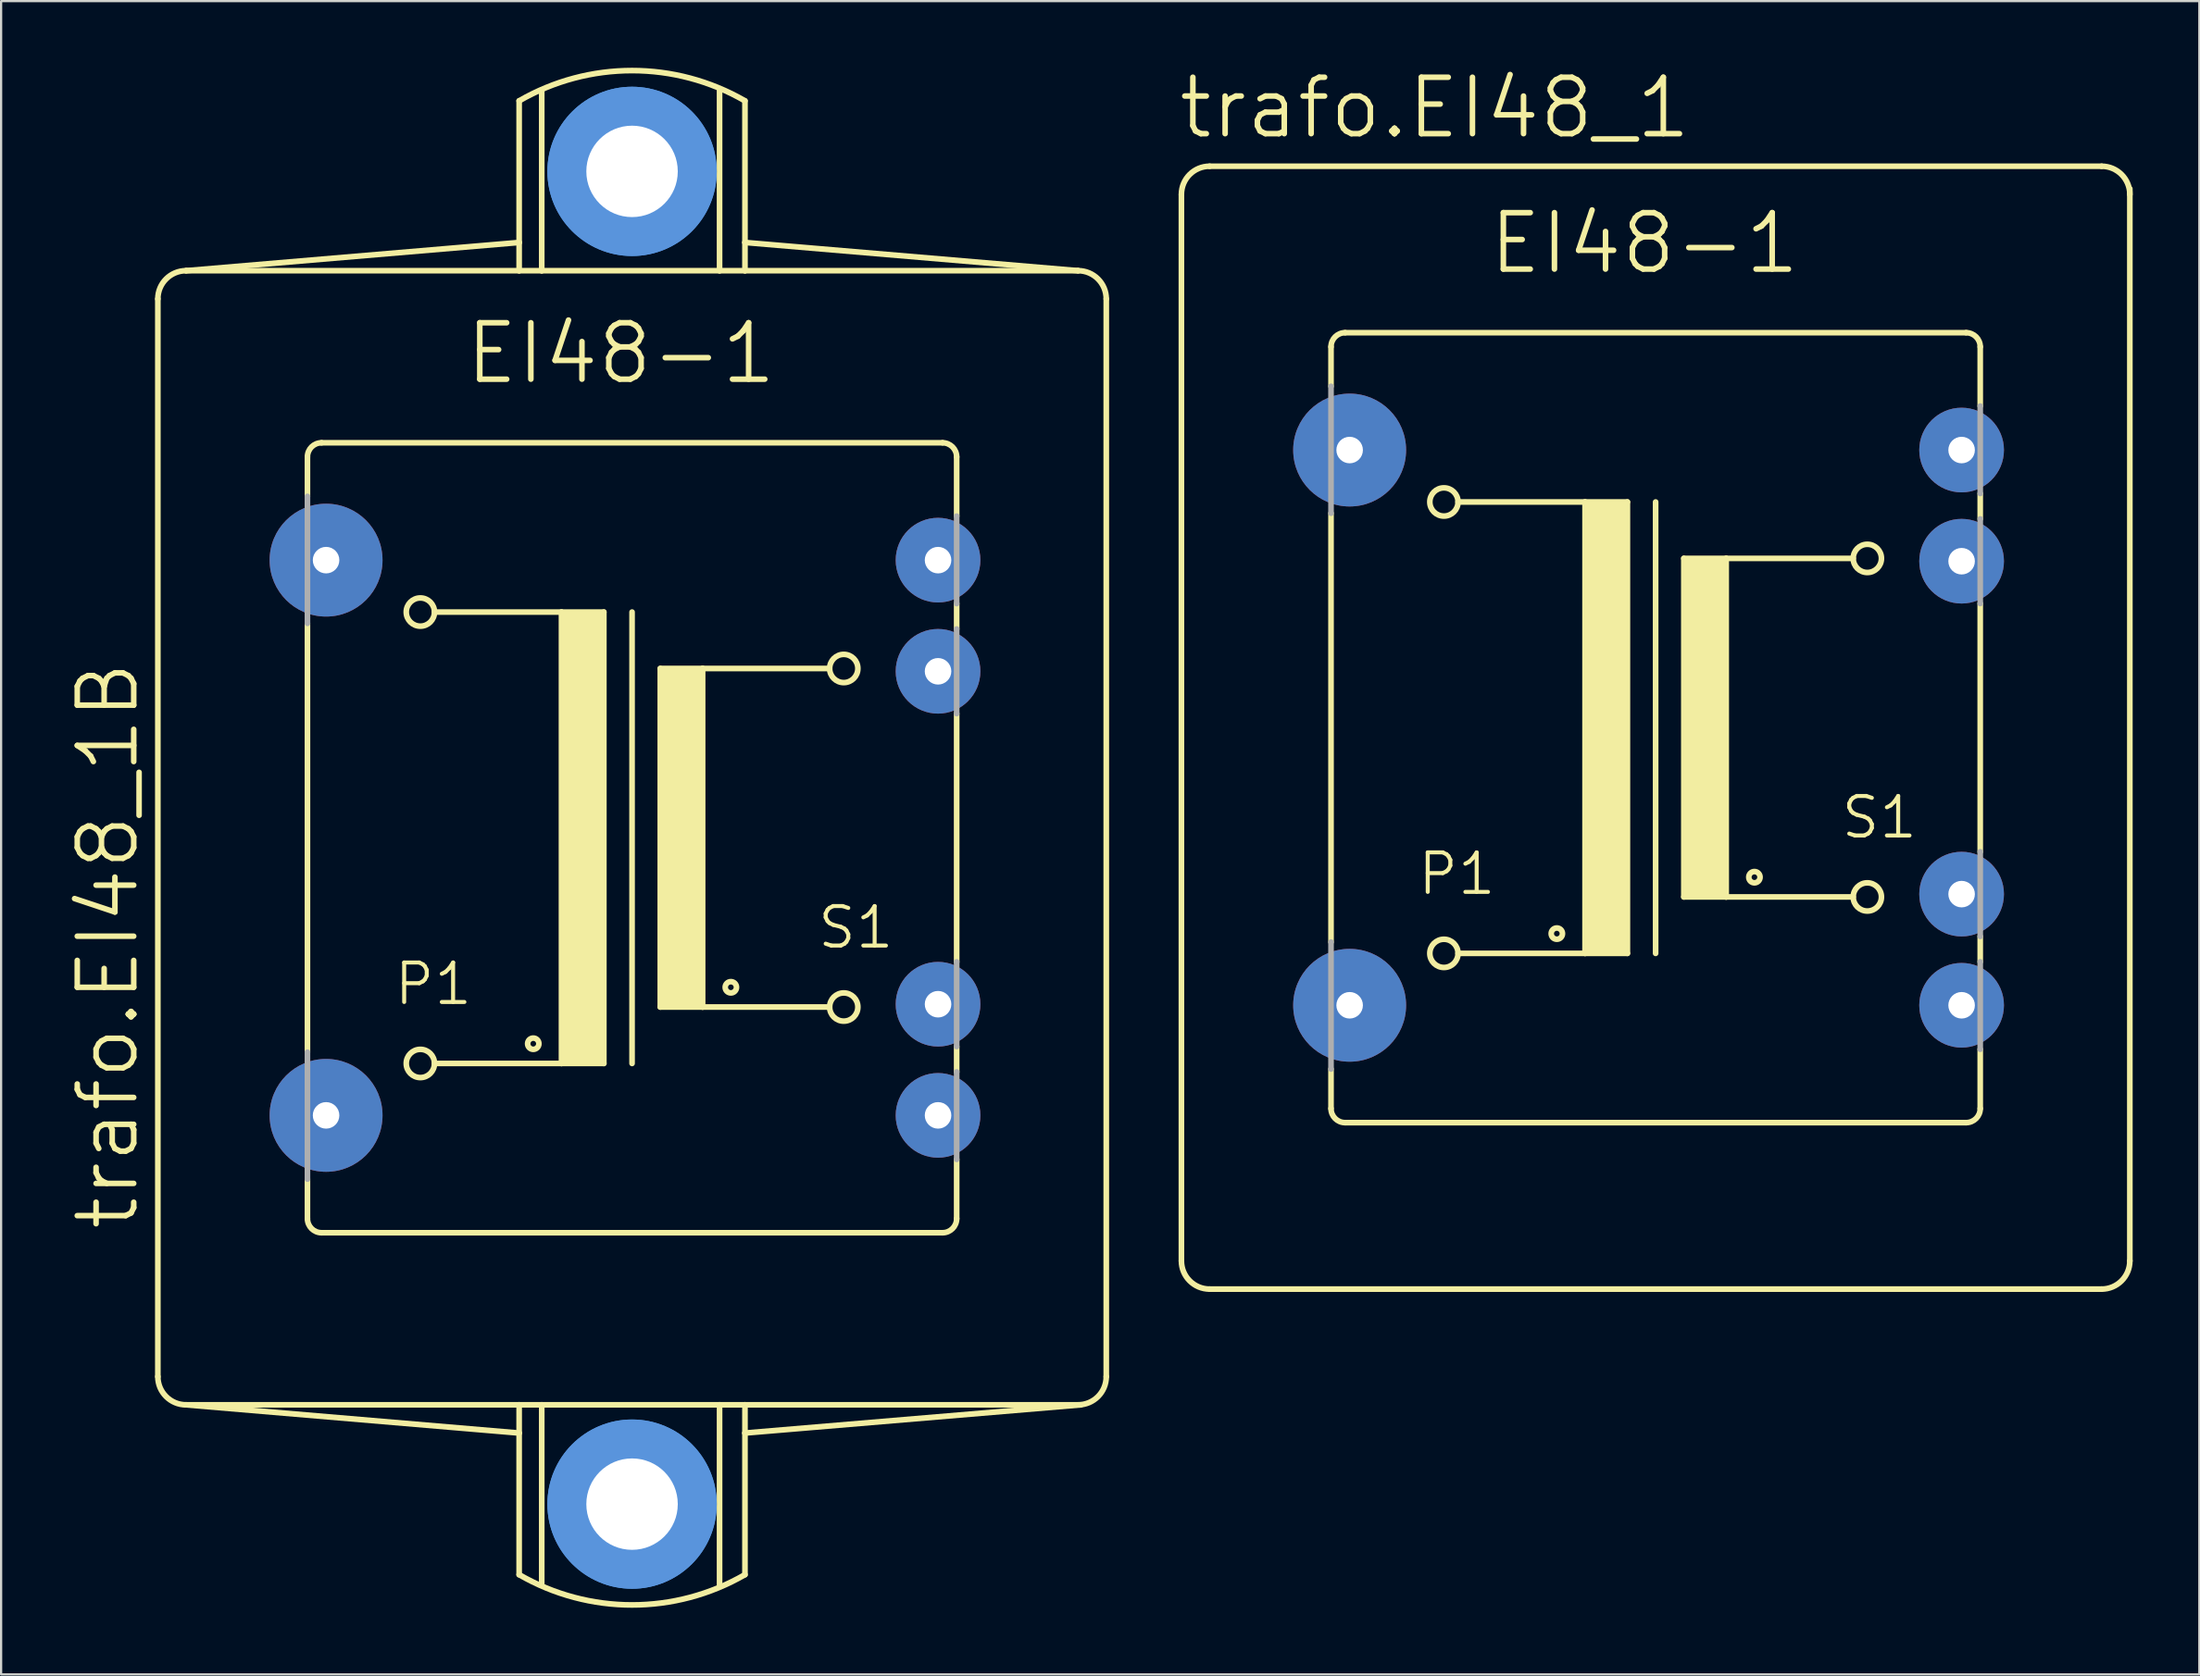
<source format=kicad_pcb>
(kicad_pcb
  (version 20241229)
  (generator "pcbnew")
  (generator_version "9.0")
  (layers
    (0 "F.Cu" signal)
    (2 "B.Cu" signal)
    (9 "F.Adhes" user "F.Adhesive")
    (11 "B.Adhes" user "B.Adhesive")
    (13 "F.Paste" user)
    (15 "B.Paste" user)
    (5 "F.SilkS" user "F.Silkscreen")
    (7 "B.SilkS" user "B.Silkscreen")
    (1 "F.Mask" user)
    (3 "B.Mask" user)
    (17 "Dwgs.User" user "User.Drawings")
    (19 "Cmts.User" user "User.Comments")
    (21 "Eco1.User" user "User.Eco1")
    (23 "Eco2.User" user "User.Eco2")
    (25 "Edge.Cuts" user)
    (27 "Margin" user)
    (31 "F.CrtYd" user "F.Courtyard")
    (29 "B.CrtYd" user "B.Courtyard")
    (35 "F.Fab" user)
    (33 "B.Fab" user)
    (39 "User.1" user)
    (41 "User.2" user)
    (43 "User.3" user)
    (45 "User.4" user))
  (footprint "trafo.EI48_1"
    (layer "F.Cu")
    (at 71.441 29.706)
    (property "Reference" "trafo.EI48_1" (at -21.59 -26.416 0) (layer "F.SilkS") (effects (font (size 2.54 2.54) (thickness 0.25)) (justify left bottom)))
    (attr through_hole)
    (fp_line (start -21.336 24.003) (end -21.336 -24.003) (stroke (width 0.254) (type default)) (layer "F.SilkS"))
    (fp_line (start -20.066 -25.273) (end 20.066 -25.273) (stroke (width 0.254) (type default)) (layer "F.SilkS"))
    (fp_line (start -14.605 -17.145) (end -14.605 -15.367) (stroke (width 0.254) (type default)) (layer "F.SilkS"))
    (fp_line (start -14.605 -9.652) (end -14.605 9.652) (stroke (width 0.254) (type default)) (layer "F.SilkS"))
    (fp_line (start -14.605 17.145) (end -14.605 15.367) (stroke (width 0.254) (type default)) (layer "F.SilkS"))
    (fp_line (start -13.97 -17.78) (end 13.97 -17.78) (stroke (width 0.254) (type default)) (layer "F.SilkS"))
    (fp_line (start -13.97 17.78) (end 13.97 17.78) (stroke (width 0.254) (type default)) (layer "F.SilkS"))
    (fp_line (start -8.89 -10.16) (end -3.175 -10.16) (stroke (width 0.254) (type default)) (layer "F.SilkS"))
    (fp_line (start -3.175 -10.16) (end -3.175 10.16) (stroke (width 0.254) (type default)) (layer "F.SilkS"))
    (fp_line (start -3.175 -10.16) (end -1.27 -10.16) (stroke (width 0.254) (type default)) (layer "F.SilkS"))
    (fp_line (start -3.175 10.16) (end -8.89 10.16) (stroke (width 0.254) (type default)) (layer "F.SilkS"))
    (fp_line (start -1.27 -10.16) (end -1.27 10.16) (stroke (width 0.254) (type default)) (layer "F.SilkS"))
    (fp_line (start -1.27 10.16) (end -3.175 10.16) (stroke (width 0.254) (type default)) (layer "F.SilkS"))
    (fp_line (start 0 -10.16) (end 0 10.16) (stroke (width 0.254) (type default)) (layer "F.SilkS"))
    (fp_line (start 1.27 -7.62) (end 1.27 7.62) (stroke (width 0.254) (type default)) (layer "F.SilkS"))
    (fp_line (start 1.27 -7.62) (end 3.175 -7.62) (stroke (width 0.254) (type default)) (layer "F.SilkS"))
    (fp_line (start 1.27 7.62) (end 3.175 7.62) (stroke (width 0.254) (type default)) (layer "F.SilkS"))
    (fp_line (start 3.175 -7.62) (end 8.89 -7.62) (stroke (width 0.254) (type default)) (layer "F.SilkS"))
    (fp_line (start 3.175 7.62) (end 3.175 -7.62) (stroke (width 0.254) (type default)) (layer "F.SilkS"))
    (fp_line (start 3.175 7.62) (end 8.89 7.62) (stroke (width 0.254) (type default)) (layer "F.SilkS"))
    (fp_line (start 14.605 -17.145) (end 14.605 -14.478) (stroke (width 0.254) (type default)) (layer "F.SilkS"))
    (fp_line (start 14.605 -10.541) (end 14.605 -9.398) (stroke (width 0.254) (type default)) (layer "F.SilkS"))
    (fp_line (start 14.605 -5.588) (end 14.605 5.588) (stroke (width 0.254) (type default)) (layer "F.SilkS"))
    (fp_line (start 14.605 9.398) (end 14.605 10.541) (stroke (width 0.254) (type default)) (layer "F.SilkS"))
    (fp_line (start 14.605 17.145) (end 14.605 14.478) (stroke (width 0.254) (type default)) (layer "F.SilkS"))
    (fp_line (start 20.066 25.273) (end -20.066 25.273) (stroke (width 0.254) (type default)) (layer "F.SilkS"))
    (fp_line (start 21.336 -24.257) (end 21.336 24.003) (stroke (width 0.254) (type default)) (layer "F.SilkS"))
    (fp_rect (start -3.175 10.16) (end -1.27 -10.16) (stroke (width 0.05) (type default)) (fill yes) (layer "F.SilkS"))
    (fp_rect (start 1.27 7.62) (end 3.175 -7.62) (stroke (width 0.05) (type default)) (fill yes) (layer "F.SilkS"))
    (fp_arc (start -21.336 -24.003) (mid -20.964026 -24.901026) (end -20.066 -25.273) (stroke (width 0.254) (type default)) (layer "F.SilkS"))
    (fp_arc (start -20.066 25.273) (mid -20.964026 24.901026) (end -21.336 24.003) (stroke (width 0.254) (type default)) (layer "F.SilkS"))
    (fp_arc (start -14.605 -17.145) (mid -14.419013 -17.594013) (end -13.97 -17.78) (stroke (width 0.254) (type default)) (layer "F.SilkS"))
    (fp_arc (start -13.97 17.78) (mid -14.419013 17.594013) (end -14.605 17.145) (stroke (width 0.254) (type default)) (layer "F.SilkS"))
    (fp_arc (start 13.97 -17.78) (mid 14.419013 -17.594013) (end 14.605 -17.145) (stroke (width 0.254) (type default)) (layer "F.SilkS"))
    (fp_arc (start 14.605 17.145) (mid 14.419013 17.594013) (end 13.97 17.78) (stroke (width 0.254) (type default)) (layer "F.SilkS"))
    (fp_arc (start 20.066 -25.273) (mid 20.964026 -24.901026) (end 21.336 -24.003) (stroke (width 0.254) (type default)) (layer "F.SilkS"))
    (fp_arc (start 21.336 24.003) (mid 20.964026 24.901026) (end 20.066 25.273) (stroke (width 0.254) (type default)) (layer "F.SilkS"))
    (fp_circle (center -9.525 -10.16) (end -8.89 -10.16) (stroke (width 0.254) (type default)) (fill no) (layer "F.SilkS"))
    (fp_circle (center -9.525 10.16) (end -8.89 10.16) (stroke (width 0.254) (type default)) (fill no) (layer "F.SilkS"))
    (fp_circle (center -4.445 9.271) (end -4.191 9.271) (stroke (width 0.254) (type default)) (fill no) (layer "F.SilkS"))
    (fp_circle (center 4.445 6.731) (end 4.699 6.731) (stroke (width 0.254) (type default)) (fill no) (layer "F.SilkS"))
    (fp_circle (center 9.525 -7.62) (end 10.16 -7.62) (stroke (width 0.254) (type default)) (fill no) (layer "F.SilkS"))
    (fp_circle (center 9.525 7.62) (end 10.16 7.62) (stroke (width 0.254) (type default)) (fill no) (layer "F.SilkS"))
    (fp_line (start -14.605 -9.652) (end -14.605 -15.367) (stroke (width 0.254) (type default)) (layer "F.Fab"))
    (fp_line (start -14.605 9.652) (end -14.605 15.367) (stroke (width 0.254) (type default)) (layer "F.Fab"))
    (fp_line (start 14.605 -10.541) (end 14.605 -14.478) (stroke (width 0.254) (type default)) (layer "F.Fab"))
    (fp_line (start 14.605 -5.588) (end 14.605 -9.398) (stroke (width 0.254) (type default)) (layer "F.Fab"))
    (fp_line (start 14.605 9.398) (end 14.605 5.588) (stroke (width 0.254) (type default)) (layer "F.Fab"))
    (fp_line (start 14.605 14.478) (end 14.605 10.541) (stroke (width 0.254) (type default)) (layer "F.Fab"))
    (fp_text user "EI48-1" (at -7.62 -20.32 0) (layer "F.SilkS") (effects (font (size 2.54 2.54) (thickness 0.25)) (justify left bottom)))
    (fp_text user "S1" (at 8.255 5.08 0) (layer "F.SilkS") (effects (font (size 1.778 1.778) (thickness 0.18)) (justify left bottom)))
    (fp_text user "P1" (at -10.795 7.62 0) (layer "F.SilkS") (effects (font (size 1.778 1.778) (thickness 0.18)) (justify left bottom)))
    (pad "1" thru_hole circle (at -13.767 -12.497) (size 5.08 5.08) (drill 1.194) (layers "*.Cu" "*.Mask"))
    (pad "6" thru_hole circle (at -13.767 12.497) (size 5.08 5.08) (drill 1.194) (layers "*.Cu" "*.Mask"))
    (pad "7" thru_hole circle (at 13.767 12.497) (size 3.81 3.81) (drill 1.194) (layers "*.Cu" "*.Mask"))
    (pad "8" thru_hole circle (at 13.767 7.493) (size 3.81 3.81) (drill 1.194) (layers "*.Cu" "*.Mask"))
    (pad "11" thru_hole circle (at 13.767 -7.493) (size 3.81 3.81) (drill 1.194) (layers "*.Cu" "*.Mask"))
    (pad "12" thru_hole circle (at 13.767 -12.497) (size 3.81 3.81) (drill 1.194) (layers "*.Cu" "*.Mask")))
  (footprint "trafo.EI48_1B"
    (layer "F.Cu")
    (at 25.388 34.662)
    (property "Reference" "trafo.EI48_1B" (at -22.098 17.78 90) (layer "F.SilkS") (effects (font (size 2.54 2.54) (thickness 0.25)) (justify left bottom)))
    (attr through_hole)
    (fp_line (start -21.336 24.257) (end -21.336 -24.257) (stroke (width 0.254) (type default)) (layer "F.SilkS"))
    (fp_line (start -14.605 -17.145) (end -14.605 -15.367) (stroke (width 0.254) (type default)) (layer "F.SilkS"))
    (fp_line (start -14.605 -9.652) (end -14.605 9.652) (stroke (width 0.254) (type default)) (layer "F.SilkS"))
    (fp_line (start -14.605 17.145) (end -14.605 15.367) (stroke (width 0.254) (type default)) (layer "F.SilkS"))
    (fp_line (start -13.97 -17.78) (end 13.97 -17.78) (stroke (width 0.254) (type default)) (layer "F.SilkS"))
    (fp_line (start -13.97 17.78) (end 13.97 17.78) (stroke (width 0.254) (type default)) (layer "F.SilkS"))
    (fp_line (start -8.89 -10.16) (end -3.175 -10.16) (stroke (width 0.254) (type default)) (layer "F.SilkS"))
    (fp_line (start -5.08 -33.172) (end -5.08 -26.797) (stroke (width 0.254) (type default)) (layer "F.SilkS"))
    (fp_line (start -5.08 -26.797) (end -20.066 -25.527) (stroke (width 0.254) (type default)) (layer "F.SilkS"))
    (fp_line (start -5.08 -26.797) (end -5.08 -25.527) (stroke (width 0.254) (type default)) (layer "F.SilkS"))
    (fp_line (start -5.08 -25.527) (end -20.066 -25.527) (stroke (width 0.254) (type default)) (layer "F.SilkS"))
    (fp_line (start -5.08 25.527) (end -20.066 25.527) (stroke (width 0.254) (type default)) (layer "F.SilkS"))
    (fp_line (start -5.08 25.527) (end -5.08 26.797) (stroke (width 0.254) (type default)) (layer "F.SilkS"))
    (fp_line (start -5.08 26.797) (end -20.066 25.527) (stroke (width 0.254) (type default)) (layer "F.SilkS"))
    (fp_line (start -5.08 26.797) (end -5.08 33.172) (stroke (width 0.254) (type default)) (layer "F.SilkS"))
    (fp_line (start -4.064 -25.527) (end -5.08 -25.527) (stroke (width 0.254) (type default)) (layer "F.SilkS"))
    (fp_line (start -4.064 -25.527) (end -4.064 -33.655) (stroke (width 0.254) (type default)) (layer "F.SilkS"))
    (fp_line (start -4.064 -25.527) (end 3.937 -25.527) (stroke (width 0.254) (type default)) (layer "F.SilkS"))
    (fp_line (start -4.064 25.527) (end -5.08 25.527) (stroke (width 0.254) (type default)) (layer "F.SilkS"))
    (fp_line (start -4.064 33.655) (end -4.064 25.527) (stroke (width 0.254) (type default)) (layer "F.SilkS"))
    (fp_line (start -3.175 -10.16) (end -3.175 10.16) (stroke (width 0.254) (type default)) (layer "F.SilkS"))
    (fp_line (start -3.175 -10.16) (end -1.27 -10.16) (stroke (width 0.254) (type default)) (layer "F.SilkS"))
    (fp_line (start -3.175 10.16) (end -8.89 10.16) (stroke (width 0.254) (type default)) (layer "F.SilkS"))
    (fp_line (start -1.27 -10.16) (end -1.27 10.16) (stroke (width 0.254) (type default)) (layer "F.SilkS"))
    (fp_line (start -1.27 10.16) (end -3.175 10.16) (stroke (width 0.254) (type default)) (layer "F.SilkS"))
    (fp_line (start 0 -10.16) (end 0 10.16) (stroke (width 0.254) (type default)) (layer "F.SilkS"))
    (fp_line (start 1.27 -7.62) (end 1.27 7.62) (stroke (width 0.254) (type default)) (layer "F.SilkS"))
    (fp_line (start 1.27 -7.62) (end 3.175 -7.62) (stroke (width 0.254) (type default)) (layer "F.SilkS"))
    (fp_line (start 1.27 7.62) (end 3.175 7.62) (stroke (width 0.254) (type default)) (layer "F.SilkS"))
    (fp_line (start 3.175 -7.62) (end 8.89 -7.62) (stroke (width 0.254) (type default)) (layer "F.SilkS"))
    (fp_line (start 3.175 7.62) (end 3.175 -7.62) (stroke (width 0.254) (type default)) (layer "F.SilkS"))
    (fp_line (start 3.175 7.62) (end 8.89 7.62) (stroke (width 0.254) (type default)) (layer "F.SilkS"))
    (fp_line (start 3.937 -25.527) (end 3.937 -33.655) (stroke (width 0.254) (type default)) (layer "F.SilkS"))
    (fp_line (start 3.937 -25.527) (end 5.08 -25.527) (stroke (width 0.254) (type default)) (layer "F.SilkS"))
    (fp_line (start 3.937 25.527) (end -4.064 25.527) (stroke (width 0.254) (type default)) (layer "F.SilkS"))
    (fp_line (start 3.937 33.655) (end 3.937 25.527) (stroke (width 0.254) (type default)) (layer "F.SilkS"))
    (fp_line (start 5.08 -26.797) (end 5.08 -33.172) (stroke (width 0.254) (type default)) (layer "F.SilkS"))
    (fp_line (start 5.08 -26.797) (end 20.066 -25.527) (stroke (width 0.254) (type default)) (layer "F.SilkS"))
    (fp_line (start 5.08 -25.527) (end 5.08 -26.797) (stroke (width 0.254) (type default)) (layer "F.SilkS"))
    (fp_line (start 5.08 -25.527) (end 20.066 -25.527) (stroke (width 0.254) (type default)) (layer "F.SilkS"))
    (fp_line (start 5.08 25.527) (end 3.937 25.527) (stroke (width 0.254) (type default)) (layer "F.SilkS"))
    (fp_line (start 5.08 26.797) (end 5.08 25.527) (stroke (width 0.254) (type default)) (layer "F.SilkS"))
    (fp_line (start 5.08 26.797) (end 20.193 25.527) (stroke (width 0.254) (type default)) (layer "F.SilkS"))
    (fp_line (start 5.08 33.172) (end 5.08 26.797) (stroke (width 0.254) (type default)) (layer "F.SilkS"))
    (fp_line (start 14.605 -17.145) (end 14.605 -14.478) (stroke (width 0.254) (type default)) (layer "F.SilkS"))
    (fp_line (start 14.605 -10.541) (end 14.605 -9.398) (stroke (width 0.254) (type default)) (layer "F.SilkS"))
    (fp_line (start 14.605 -5.588) (end 14.605 5.588) (stroke (width 0.254) (type default)) (layer "F.SilkS"))
    (fp_line (start 14.605 9.398) (end 14.605 10.541) (stroke (width 0.254) (type default)) (layer "F.SilkS"))
    (fp_line (start 14.605 17.145) (end 14.605 14.478) (stroke (width 0.254) (type default)) (layer "F.SilkS"))
    (fp_line (start 20.066 25.527) (end 5.08 25.527) (stroke (width 0.254) (type default)) (layer "F.SilkS"))
    (fp_line (start 21.336 -24.257) (end 21.336 24.257) (stroke (width 0.254) (type default)) (layer "F.SilkS"))
    (fp_rect (start -3.175 10.16) (end -1.27 -10.16) (stroke (width 0.05) (type default)) (fill yes) (layer "F.SilkS"))
    (fp_rect (start 1.27 7.62) (end 3.175 -7.62) (stroke (width 0.05) (type default)) (fill yes) (layer "F.SilkS"))
    (fp_arc (start -21.336 -24.257) (mid -20.964026 -25.155026) (end -20.066 -25.527) (stroke (width 0.254) (type default)) (layer "F.SilkS"))
    (fp_arc (start -20.066 25.527) (mid -20.964026 25.155026) (end -21.336 24.257) (stroke (width 0.254) (type default)) (layer "F.SilkS"))
    (fp_arc (start -14.605 -17.145) (mid -14.419013 -17.594013) (end -13.97 -17.78) (stroke (width 0.254) (type default)) (layer "F.SilkS"))
    (fp_arc (start -13.97 17.78) (mid -14.419013 17.594013) (end -14.605 17.145) (stroke (width 0.254) (type default)) (layer "F.SilkS"))
    (fp_arc (start -5.08 -33.1724) (mid 0 -34.534979) (end 5.08 -33.1724) (stroke (width 0.254) (type default)) (layer "F.SilkS"))
    (fp_arc (start 5.08 33.1724) (mid 0 34.534979) (end -5.08 33.1724) (stroke (width 0.254) (type default)) (layer "F.SilkS"))
    (fp_arc (start 13.97 -17.78) (mid 14.419013 -17.594013) (end 14.605 -17.145) (stroke (width 0.254) (type default)) (layer "F.SilkS"))
    (fp_arc (start 14.605 17.145) (mid 14.419013 17.594013) (end 13.97 17.78) (stroke (width 0.254) (type default)) (layer "F.SilkS"))
    (fp_arc (start 20.066 -25.527) (mid 20.964026 -25.155026) (end 21.336 -24.257) (stroke (width 0.254) (type default)) (layer "F.SilkS"))
    (fp_arc (start 21.336 24.257) (mid 20.964026 25.155026) (end 20.066 25.527) (stroke (width 0.254) (type default)) (layer "F.SilkS"))
    (fp_circle (center -9.525 -10.16) (end -8.89 -10.16) (stroke (width 0.254) (type default)) (fill no) (layer "F.SilkS"))
    (fp_circle (center -9.525 10.16) (end -8.89 10.16) (stroke (width 0.254) (type default)) (fill no) (layer "F.SilkS"))
    (fp_circle (center -4.445 9.271) (end -4.191 9.271) (stroke (width 0.254) (type default)) (fill no) (layer "F.SilkS"))
    (fp_circle (center 4.445 6.731) (end 4.699 6.731) (stroke (width 0.254) (type default)) (fill no) (layer "F.SilkS"))
    (fp_circle (center 9.525 -7.62) (end 10.16 -7.62) (stroke (width 0.254) (type default)) (fill no) (layer "F.SilkS"))
    (fp_circle (center 9.525 7.62) (end 10.16 7.62) (stroke (width 0.254) (type default)) (fill no) (layer "F.SilkS"))
    (fp_circle (center 0 -29.997) (end 2.921 -29.997) (stroke (width 1.778) (type default)) (fill no) (layer "Cmts.User"))
    (fp_circle (center 0 -29.997) (end 2.921 -29.997) (stroke (width 1.778) (type default)) (fill no) (layer "Cmts.User"))
    (fp_circle (center 0 29.997) (end 2.921 29.997) (stroke (width 1.778) (type default)) (fill no) (layer "Cmts.User"))
    (fp_circle (center 0 29.997) (end 2.921 29.997) (stroke (width 1.778) (type default)) (fill no) (layer "Cmts.User"))
    (fp_line (start -14.605 -9.652) (end -14.605 -15.367) (stroke (width 0.254) (type default)) (layer "F.Fab"))
    (fp_line (start -14.605 9.652) (end -14.605 15.367) (stroke (width 0.254) (type default)) (layer "F.Fab"))
    (fp_line (start 14.605 -10.541) (end 14.605 -14.478) (stroke (width 0.254) (type default)) (layer "F.Fab"))
    (fp_line (start 14.605 -5.588) (end 14.605 -9.398) (stroke (width 0.254) (type default)) (layer "F.Fab"))
    (fp_line (start 14.605 9.398) (end 14.605 5.588) (stroke (width 0.254) (type default)) (layer "F.Fab"))
    (fp_line (start 14.605 14.478) (end 14.605 10.541) (stroke (width 0.254) (type default)) (layer "F.Fab"))
    (fp_text user "P1" (at -10.795 7.62 0) (layer "F.SilkS") (effects (font (size 1.778 1.778) (thickness 0.18)) (justify left bottom)))
    (fp_text user "EI48-1" (at -7.62 -20.32 0) (layer "F.SilkS") (effects (font (size 2.54 2.54) (thickness 0.25)) (justify left bottom)))
    (fp_text user "S1" (at 8.255 5.08 0) (layer "F.SilkS") (effects (font (size 1.778 1.778) (thickness 0.18)) (justify left bottom)))
    (pad "" np_thru_hole circle (at 0 -29.997) (size 4.115 4.115) (drill 4.115) (layers "*.Cu" "*.Mask"))
    (pad "" np_thru_hole circle (at 0 29.997) (size 4.115 4.115) (drill 4.115) (layers "*.Cu" "*.Mask"))
    (pad "1" thru_hole circle (at -13.767 -12.497) (size 5.08 5.08) (drill 1.194) (layers "*.Cu" "*.Mask"))
    (pad "6" thru_hole circle (at -13.767 12.497) (size 5.08 5.08) (drill 1.194) (layers "*.Cu" "*.Mask"))
    (pad "7" thru_hole circle (at 13.767 12.497) (size 3.81 3.81) (drill 1.194) (layers "*.Cu" "*.Mask"))
    (pad "8" thru_hole circle (at 13.767 7.493) (size 3.81 3.81) (drill 1.194) (layers "*.Cu" "*.Mask"))
    (pad "11" thru_hole circle (at 13.767 -7.493) (size 3.81 3.81) (drill 1.194) (layers "*.Cu" "*.Mask"))
    (pad "12" thru_hole circle (at 13.767 -12.497) (size 3.81 3.81) (drill 1.194) (layers "*.Cu" "*.Mask")))
  (gr_rect
    (start -3 -3)
    (end 95.904 72.324)
    (stroke (width 0.1) (type default))
    (fill no)
    (layer "Edge.Cuts")))
</source>
